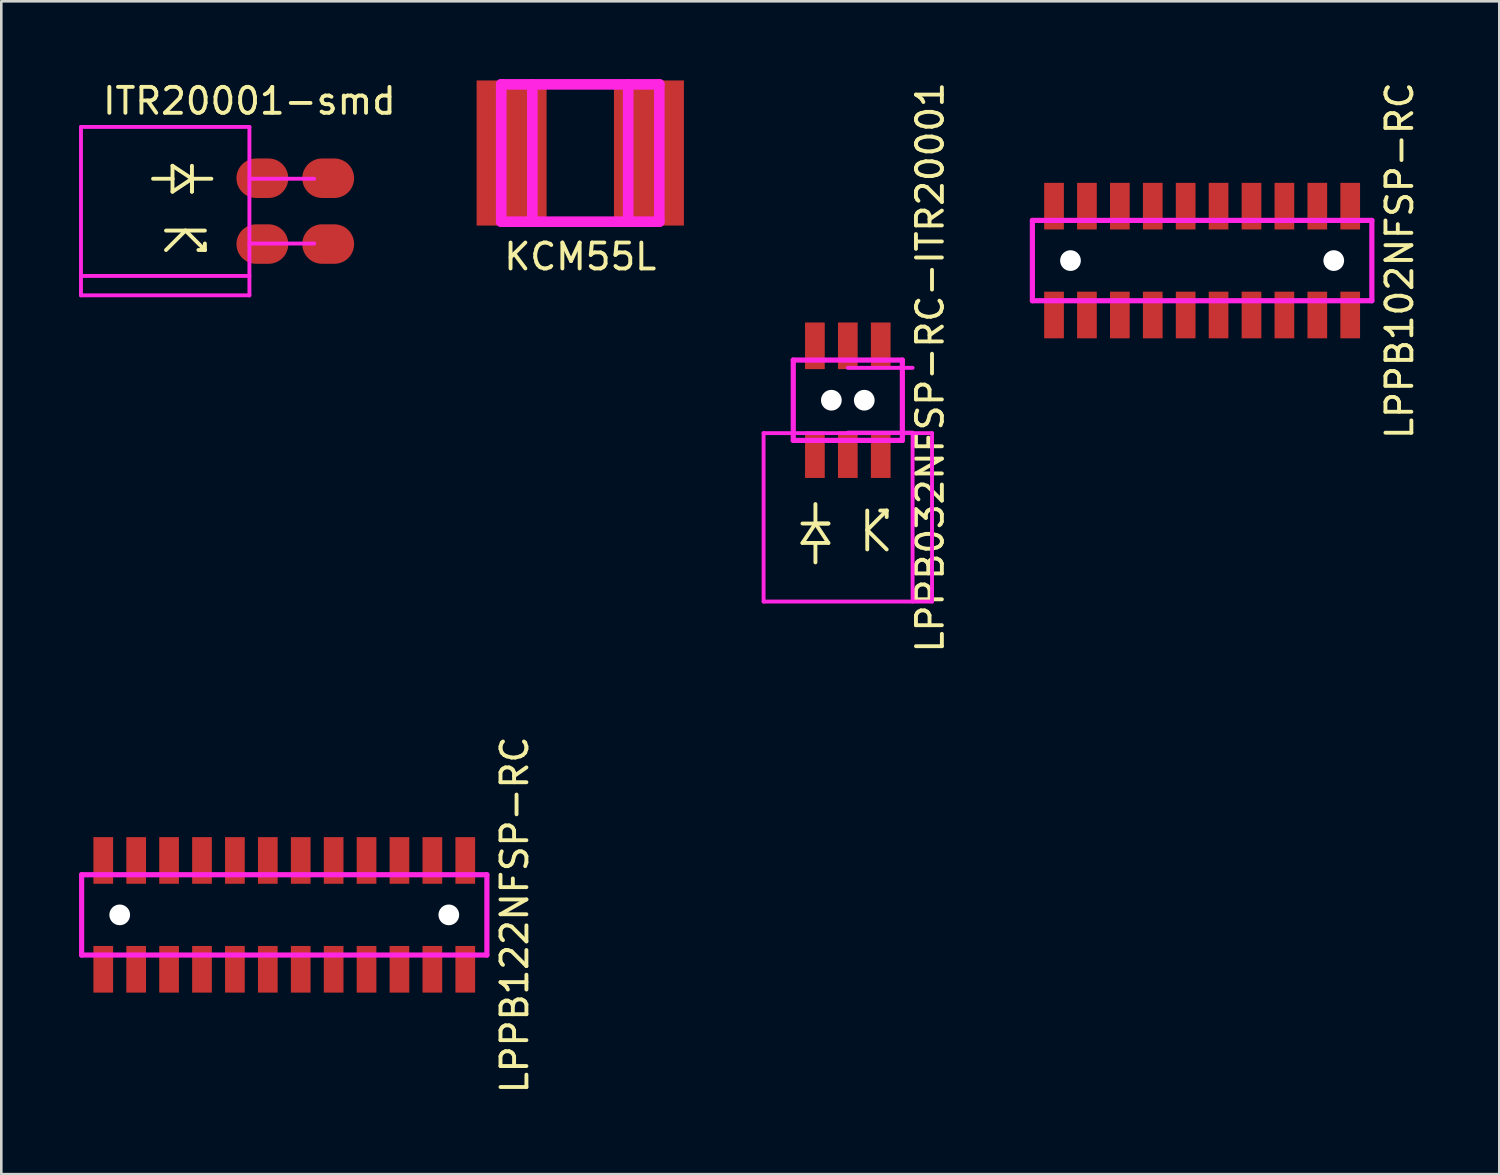
<source format=kicad_pcb>
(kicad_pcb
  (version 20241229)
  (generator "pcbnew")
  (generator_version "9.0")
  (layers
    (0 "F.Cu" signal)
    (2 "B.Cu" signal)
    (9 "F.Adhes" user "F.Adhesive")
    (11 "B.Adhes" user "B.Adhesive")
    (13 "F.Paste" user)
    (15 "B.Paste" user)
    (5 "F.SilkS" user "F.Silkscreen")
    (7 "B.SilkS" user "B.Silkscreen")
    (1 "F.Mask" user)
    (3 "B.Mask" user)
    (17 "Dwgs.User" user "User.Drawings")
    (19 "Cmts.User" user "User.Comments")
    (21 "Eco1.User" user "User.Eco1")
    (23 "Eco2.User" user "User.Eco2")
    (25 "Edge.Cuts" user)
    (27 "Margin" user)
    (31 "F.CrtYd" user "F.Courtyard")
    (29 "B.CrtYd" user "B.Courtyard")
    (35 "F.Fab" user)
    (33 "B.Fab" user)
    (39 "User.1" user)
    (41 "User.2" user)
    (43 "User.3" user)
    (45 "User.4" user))
  (footprint "LPPB102NFSP-RC"
    (layer "F.Cu")
    (at 43.341 7.006)
    (property "Reference" "LPPB102NFSP-RC" (at 7.62 0 90) (layer "F.SilkS") (effects (font (size 1 1) (thickness 0.15))))
    (attr through_hole)
    (fp_line (start -6.55 -1.55) (end 6.55 -1.55) (stroke (width 0.2) (type solid)) (layer "F.CrtYd"))
    (fp_line (start -6.55 1.55) (end -6.55 -1.55) (stroke (width 0.2) (type solid)) (layer "F.CrtYd"))
    (fp_line (start 6.55 -1.55) (end 6.55 1.55) (stroke (width 0.2) (type solid)) (layer "F.CrtYd"))
    (fp_line (start 6.55 1.55) (end -6.55 1.55) (stroke (width 0.2) (type solid)) (layer "F.CrtYd"))
    (pad "" np_thru_hole circle (at -5.08 0) (size 0.8 0.8) (drill 0.8) (layers "*.Cu"))
    (pad "" np_thru_hole circle (at 5.08 0) (size 0.8 0.8) (drill 0.8) (layers "*.Cu"))
    (pad "1" smd rect (at -5.715 2.1) (size 0.76 1.8) (layers "F.Cu" "F.Mask" "F.Paste"))
    (pad "2" smd rect (at -5.715 -2.1) (size 0.76 1.8) (layers "F.Cu" "F.Mask" "F.Paste"))
    (pad "3" smd rect (at -4.445 2.1) (size 0.76 1.8) (layers "F.Cu" "F.Mask" "F.Paste"))
    (pad "4" smd rect (at -4.445 -2.1) (size 0.76 1.8) (layers "F.Cu" "F.Mask" "F.Paste"))
    (pad "5" smd rect (at -3.175 2.1) (size 0.76 1.8) (layers "F.Cu" "F.Mask" "F.Paste"))
    (pad "6" smd rect (at -3.175 -2.1) (size 0.76 1.8) (layers "F.Cu" "F.Mask" "F.Paste"))
    (pad "7" smd rect (at -1.905 2.1) (size 0.76 1.8) (layers "F.Cu" "F.Mask" "F.Paste"))
    (pad "8" smd rect (at -1.905 -2.1) (size 0.76 1.8) (layers "F.Cu" "F.Mask" "F.Paste"))
    (pad "9" smd rect (at -0.635 2.1) (size 0.76 1.8) (layers "F.Cu" "F.Mask" "F.Paste"))
    (pad "10" smd rect (at -0.635 -2.1) (size 0.76 1.8) (layers "F.Cu" "F.Mask" "F.Paste"))
    (pad "11" smd rect (at 0.635 2.1) (size 0.76 1.8) (layers "F.Cu" "F.Mask" "F.Paste"))
    (pad "12" smd rect (at 0.635 -2.1) (size 0.76 1.8) (layers "F.Cu" "F.Mask" "F.Paste"))
    (pad "13" smd rect (at 1.905 2.1) (size 0.76 1.8) (layers "F.Cu" "F.Mask" "F.Paste"))
    (pad "14" smd rect (at 1.905 -2.1) (size 0.76 1.8) (layers "F.Cu" "F.Mask" "F.Paste"))
    (pad "15" smd rect (at 3.175 2.1) (size 0.76 1.8) (layers "F.Cu" "F.Mask" "F.Paste"))
    (pad "16" smd rect (at 3.175 -2.1) (size 0.76 1.8) (layers "F.Cu" "F.Mask" "F.Paste"))
    (pad "17" smd rect (at 4.445 2.1) (size 0.76 1.8) (layers "F.Cu" "F.Mask" "F.Paste"))
    (pad "18" smd rect (at 4.445 -2.1) (size 0.76 1.8) (layers "F.Cu" "F.Mask" "F.Paste"))
    (pad "19" smd rect (at 5.715 2.1) (size 0.76 1.8) (layers "F.Cu" "F.Mask" "F.Paste"))
    (pad "20" smd rect (at 5.715 -2.1) (size 0.76 1.8) (layers "F.Cu" "F.Mask" "F.Paste")))
  (footprint "ITR20001-smd"
    (layer "F.Cu")
    (at 6.575 5.098)
    (property "Reference" "ITR20001-smd" (at 0 -4.25 0) (layer "F.SilkS") (effects (font (size 1 1) (thickness 0.15))))
    (attr through_hole)
    (fp_line (start -3.718 -1.25) (end -2.968 -1.25) (stroke (width 0.15) (type solid)) (layer "F.SilkS"))
    (fp_line (start -3.218 0.75) (end -1.718 0.75) (stroke (width 0.15) (type solid)) (layer "F.SilkS"))
    (fp_line (start -3.218 1.5) (end -2.468 0.75) (stroke (width 0.15) (type solid)) (layer "F.SilkS"))
    (fp_line (start -2.968 -1.75) (end -2.218 -1.25) (stroke (width 0.15) (type solid)) (layer "F.SilkS"))
    (fp_line (start -2.968 -1.25) (end -2.968 -1.75) (stroke (width 0.15) (type solid)) (layer "F.SilkS"))
    (fp_line (start -2.968 -0.75) (end -2.968 -1.25) (stroke (width 0.15) (type solid)) (layer "F.SilkS"))
    (fp_line (start -2.468 0.75) (end -1.718 1.5) (stroke (width 0.15) (type solid)) (layer "F.SilkS"))
    (fp_line (start -2.218 -1.75) (end -2.218 -0.75) (stroke (width 0.15) (type solid)) (layer "F.SilkS"))
    (fp_line (start -2.218 -1.25) (end -2.968 -0.75) (stroke (width 0.15) (type solid)) (layer "F.SilkS"))
    (fp_line (start -2.218 -1.25) (end -1.468 -1.25) (stroke (width 0.15) (type solid)) (layer "F.SilkS"))
    (fp_line (start -2.218 -0.75) (end -2.218 -1.25) (stroke (width 0.15) (type solid)) (layer "F.SilkS"))
    (fp_line (start -1.718 1.5) (end -1.968 1.5) (stroke (width 0.15) (type solid)) (layer "F.SilkS"))
    (fp_line (start -1.718 1.5) (end -1.718 1.25) (stroke (width 0.15) (type solid)) (layer "F.SilkS"))
    (fp_line (start -6.5 -3.25) (end 0 -3.25) (stroke (width 0.15) (type solid)) (layer "F.CrtYd"))
    (fp_line (start -6.5 2.5) (end 0 2.5) (stroke (width 0.15) (type solid)) (layer "F.CrtYd"))
    (fp_line (start -6.5 3.25) (end -6.5 -3.25) (stroke (width 0.15) (type solid)) (layer "F.CrtYd"))
    (fp_line (start 0 -3.25) (end 0 3.25) (stroke (width 0.15) (type solid)) (layer "F.CrtYd"))
    (fp_line (start 0 -1.25) (end 2.5 -1.25) (stroke (width 0.15) (type solid)) (layer "F.CrtYd"))
    (fp_line (start 0 1.25) (end 2.5 1.25) (stroke (width 0.15) (type solid)) (layer "F.CrtYd"))
    (fp_line (start 0 3.25) (end -6.5 3.25) (stroke (width 0.15) (type solid)) (layer "F.CrtYd"))
    (pad "A" smd oval (at 0.5 -1.27) (size 2 1.524) (layers "F.Cu" "F.Mask" "F.Paste"))
    (pad "C" smd oval (at 0.5 1.27) (size 2 1.524) (layers "F.Cu" "F.Mask" "F.Paste"))
    (pad "E" smd oval (at 3.04 1.27) (size 2 1.524) (layers "F.Cu" "F.Mask" "F.Paste"))
    (pad "K" smd oval (at 3.04 -1.27) (size 2 1.524) (layers "F.Cu" "F.Mask" "F.Paste")))
  (footprint "LPPB032NFSP-RC-ITR20001"
    (layer "F.Cu")
    (at 29.668 12.395)
    (property "Reference" "LPPB032NFSP-RC-ITR20001" (at 3.175 -1.27 90) (layer "F.SilkS") (effects (font (size 1 1) (thickness 0.15))))
    (attr through_hole)
    (fp_line (start -1.75 4.758) (end -0.75 4.758) (stroke (width 0.15) (type solid)) (layer "F.SilkS"))
    (fp_line (start -1.75 5.508) (end -1.25 4.758) (stroke (width 0.15) (type solid)) (layer "F.SilkS"))
    (fp_line (start -1.25 4.758) (end -1.25 4.008) (stroke (width 0.15) (type solid)) (layer "F.SilkS"))
    (fp_line (start -1.25 4.758) (end -0.75 5.508) (stroke (width 0.15) (type solid)) (layer "F.SilkS"))
    (fp_line (start -1.25 5.508) (end -1.75 5.508) (stroke (width 0.15) (type solid)) (layer "F.SilkS"))
    (fp_line (start -1.25 6.258) (end -1.25 5.508) (stroke (width 0.15) (type solid)) (layer "F.SilkS"))
    (fp_line (start -0.75 4.758) (end -1.25 4.758) (stroke (width 0.15) (type solid)) (layer "F.SilkS"))
    (fp_line (start -0.75 5.508) (end -1.25 5.508) (stroke (width 0.15) (type solid)) (layer "F.SilkS"))
    (fp_line (start 0.75 5.008) (end 1.5 4.258) (stroke (width 0.15) (type solid)) (layer "F.SilkS"))
    (fp_line (start 0.75 5.758) (end 0.75 4.258) (stroke (width 0.15) (type solid)) (layer "F.SilkS"))
    (fp_line (start 1.5 4.258) (end 1.25 4.258) (stroke (width 0.15) (type solid)) (layer "F.SilkS"))
    (fp_line (start 1.5 4.258) (end 1.5 4.508) (stroke (width 0.15) (type solid)) (layer "F.SilkS"))
    (fp_line (start 1.5 5.758) (end 0.75 5.008) (stroke (width 0.15) (type solid)) (layer "F.SilkS"))
    (fp_line (start -3.25 1.27) (end 3.25 1.27) (stroke (width 0.15) (type solid)) (layer "F.CrtYd"))
    (fp_line (start -3.25 7.77) (end -3.25 1.27) (stroke (width 0.15) (type solid)) (layer "F.CrtYd"))
    (fp_line (start -2.105 -1.55) (end 2.105 -1.55) (stroke (width 0.2) (type solid)) (layer "F.CrtYd"))
    (fp_line (start -2.105 1.55) (end -2.105 -1.55) (stroke (width 0.2) (type solid)) (layer "F.CrtYd"))
    (fp_line (start 0 -1.25) (end 2.5 -1.25) (stroke (width 0.15) (type solid)) (layer "F.CrtYd"))
    (fp_line (start 0 1.25) (end 2.5 1.25) (stroke (width 0.15) (type solid)) (layer "F.CrtYd"))
    (fp_line (start 2.105 -1.55) (end 2.105 1.55) (stroke (width 0.2) (type solid)) (layer "F.CrtYd"))
    (fp_line (start 2.105 1.55) (end -2.105 1.55) (stroke (width 0.2) (type solid)) (layer "F.CrtYd"))
    (fp_line (start 2.5 7.77) (end 2.5 1.27) (stroke (width 0.15) (type solid)) (layer "F.CrtYd"))
    (fp_line (start 3.25 1.27) (end 3.25 7.77) (stroke (width 0.15) (type solid)) (layer "F.CrtYd"))
    (fp_line (start 3.25 7.77) (end -3.25 7.77) (stroke (width 0.15) (type solid)) (layer "F.CrtYd"))
    (pad "" np_thru_hole circle (at -0.635 0) (size 0.8 0.8) (drill 0.8) (layers "*.Cu"))
    (pad "" smd rect (at 0 -2.1) (size 0.76 1.8) (layers "F.Cu" "F.Mask" "F.Paste"))
    (pad "" smd rect (at 0 2.1) (size 0.76 1.8) (layers "F.Cu" "F.Mask" "F.Paste"))
    (pad "" np_thru_hole circle (at 0.635 0) (size 0.8 0.8) (drill 0.8) (layers "*.Cu"))
    (pad "A" smd rect (at -1.27 2.1) (size 0.76 1.8) (layers "F.Cu" "F.Mask" "F.Paste"))
    (pad "C" smd rect (at 1.27 2.1) (size 0.76 1.8) (layers "F.Cu" "F.Mask" "F.Paste"))
    (pad "E" smd rect (at 1.27 -2.1) (size 0.76 1.8) (layers "F.Cu" "F.Mask" "F.Paste"))
    (pad "K" smd rect (at -1.27 -2.1) (size 0.76 1.8) (layers "F.Cu" "F.Mask" "F.Paste")))
  (footprint "LPPB122NFSP-RC"
    (layer "F.Cu")
    (at 7.92 32.256)
    (property "Reference" "LPPB122NFSP-RC" (at 8.89 0 90) (layer "F.SilkS") (effects (font (size 1 1) (thickness 0.15))))
    (attr through_hole)
    (fp_line (start -7.82 -1.55) (end 7.82 -1.55) (stroke (width 0.2) (type solid)) (layer "F.CrtYd"))
    (fp_line (start -7.82 1.55) (end -7.82 -1.55) (stroke (width 0.2) (type solid)) (layer "F.CrtYd"))
    (fp_line (start 7.82 -1.55) (end 7.82 1.55) (stroke (width 0.2) (type solid)) (layer "F.CrtYd"))
    (fp_line (start 7.82 1.55) (end -7.82 1.55) (stroke (width 0.2) (type solid)) (layer "F.CrtYd"))
    (pad "" np_thru_hole circle (at -6.35 0) (size 0.8 0.8) (drill 0.8) (layers "*.Cu"))
    (pad "" np_thru_hole circle (at 6.35 0) (size 0.8 0.8) (drill 0.8) (layers "*.Cu"))
    (pad "1" smd rect (at -6.985 2.1) (size 0.76 1.8) (layers "F.Cu" "F.Mask" "F.Paste"))
    (pad "2" smd rect (at -6.985 -2.1) (size 0.76 1.8) (layers "F.Cu" "F.Mask" "F.Paste"))
    (pad "3" smd rect (at -5.715 2.1) (size 0.76 1.8) (layers "F.Cu" "F.Mask" "F.Paste"))
    (pad "4" smd rect (at -5.715 -2.1) (size 0.76 1.8) (layers "F.Cu" "F.Mask" "F.Paste"))
    (pad "5" smd rect (at -4.445 2.1) (size 0.76 1.8) (layers "F.Cu" "F.Mask" "F.Paste"))
    (pad "6" smd rect (at -4.445 -2.1) (size 0.76 1.8) (layers "F.Cu" "F.Mask" "F.Paste"))
    (pad "7" smd rect (at -3.175 2.1) (size 0.76 1.8) (layers "F.Cu" "F.Mask" "F.Paste"))
    (pad "8" smd rect (at -3.175 -2.1) (size 0.76 1.8) (layers "F.Cu" "F.Mask" "F.Paste"))
    (pad "9" smd rect (at -1.905 2.1) (size 0.76 1.8) (layers "F.Cu" "F.Mask" "F.Paste"))
    (pad "10" smd rect (at -1.905 -2.1) (size 0.76 1.8) (layers "F.Cu" "F.Mask" "F.Paste"))
    (pad "11" smd rect (at -0.635 2.1) (size 0.76 1.8) (layers "F.Cu" "F.Mask" "F.Paste"))
    (pad "12" smd rect (at -0.635 -2.1) (size 0.76 1.8) (layers "F.Cu" "F.Mask" "F.Paste"))
    (pad "13" smd rect (at 0.635 2.1) (size 0.76 1.8) (layers "F.Cu" "F.Mask" "F.Paste"))
    (pad "14" smd rect (at 0.635 -2.1) (size 0.76 1.8) (layers "F.Cu" "F.Mask" "F.Paste"))
    (pad "15" smd rect (at 1.905 2.1) (size 0.76 1.8) (layers "F.Cu" "F.Mask" "F.Paste"))
    (pad "16" smd rect (at 1.905 -2.1) (size 0.76 1.8) (layers "F.Cu" "F.Mask" "F.Paste"))
    (pad "17" smd rect (at 3.175 2.1) (size 0.76 1.8) (layers "F.Cu" "F.Mask" "F.Paste"))
    (pad "18" smd rect (at 3.175 -2.1) (size 0.76 1.8) (layers "F.Cu" "F.Mask" "F.Paste"))
    (pad "19" smd rect (at 4.445 2.1) (size 0.76 1.8) (layers "F.Cu" "F.Mask" "F.Paste"))
    (pad "20" smd rect (at 4.445 -2.1) (size 0.76 1.8) (layers "F.Cu" "F.Mask" "F.Paste"))
    (pad "21" smd rect (at 5.715 2.1) (size 0.76 1.8) (layers "F.Cu" "F.Mask" "F.Paste"))
    (pad "22" smd rect (at 5.715 -2.1) (size 0.76 1.8) (layers "F.Cu" "F.Mask" "F.Paste"))
    (pad "23" smd rect (at 6.985 2.1) (size 0.76 1.8) (layers "F.Cu" "F.Mask" "F.Paste"))
    (pad "24" smd rect (at 6.985 -2.1) (size 0.76 1.8) (layers "F.Cu" "F.Mask" "F.Paste")))
  (footprint "KCM55L"
    (layer "F.Cu")
    (at 19.343 2.855)
    (property "Reference" "KCM55L" (at 0 4 0) (layer "F.SilkS") (effects (font (size 1 1) (thickness 0.15))))
    (attr through_hole)
    (fp_line (start -3.05 -2.65) (end 3.05 -2.65) (stroke (width 0.41) (type solid)) (layer "F.CrtYd"))
    (fp_line (start -3.05 2.65) (end -3.05 -2.65) (stroke (width 0.41) (type solid)) (layer "F.CrtYd"))
    (fp_line (start -1.85 2.65) (end -1.85 -2.65) (stroke (width 0.41) (type solid)) (layer "F.CrtYd"))
    (fp_line (start 1.85 -2.65) (end 1.85 2.65) (stroke (width 0.41) (type solid)) (layer "F.CrtYd"))
    (fp_line (start 3.05 -2.65) (end 3.05 2.65) (stroke (width 0.41) (type solid)) (layer "F.CrtYd"))
    (fp_line (start 3.05 2.65) (end -3.05 2.65) (stroke (width 0.41) (type solid)) (layer "F.CrtYd"))
    (pad "1" smd rect (at -2.65 0) (size 2.7 5.6) (layers "F.Cu" "F.Mask" "F.Paste"))
    (pad "2" smd rect (at 2.65 0) (size 2.7 5.6) (layers "F.Cu" "F.Mask" "F.Paste")))
  (gr_rect
    (start -3 -3)
    (end 54.809 42.262)
    (stroke (width 0.1) (type default))
    (fill no)
    (layer "Edge.Cuts")))
</source>
